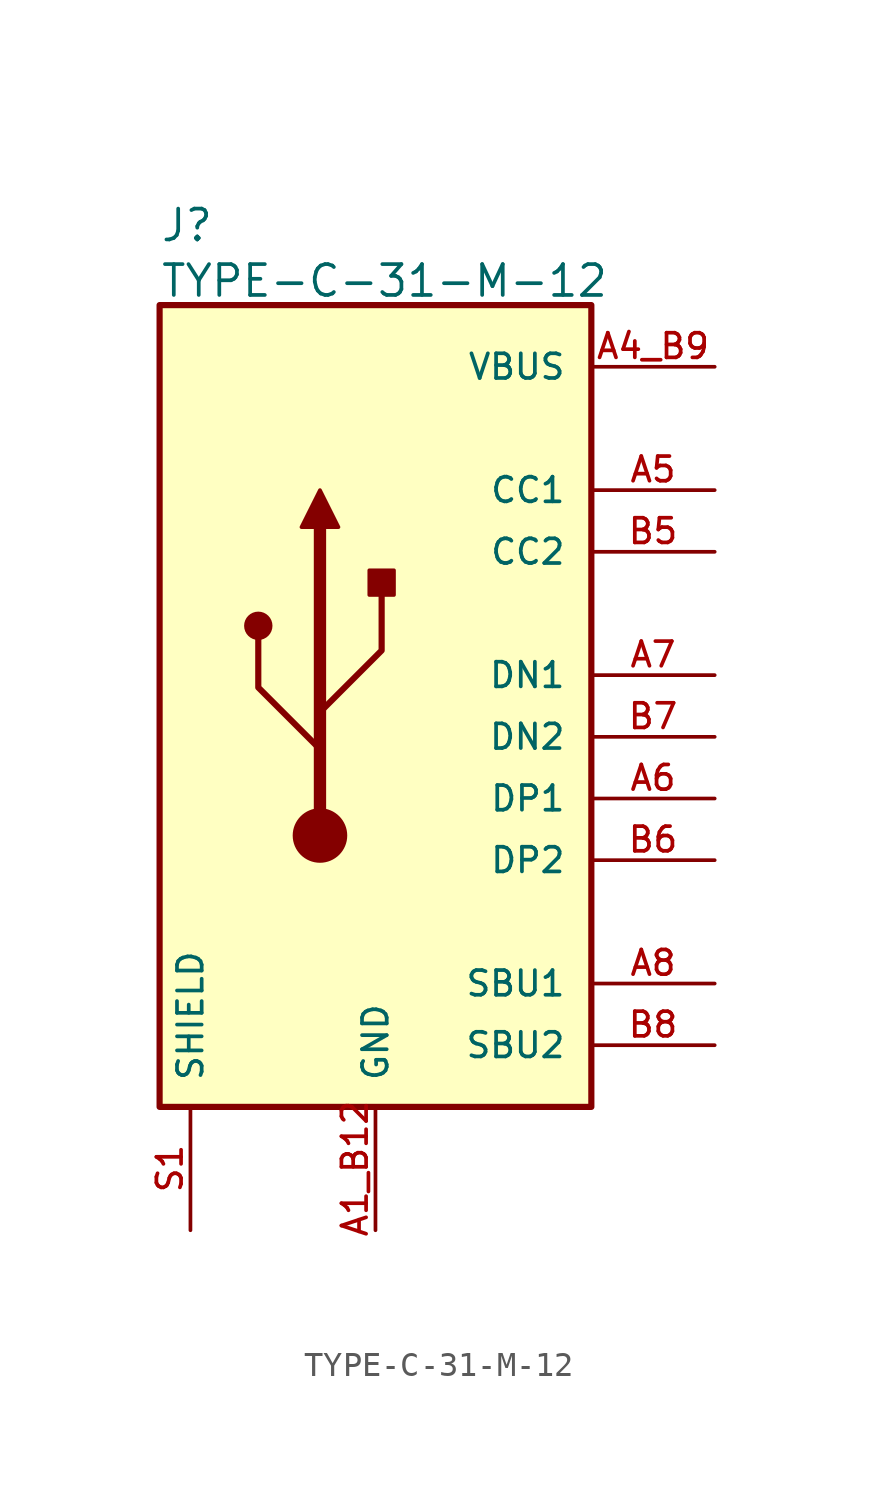
<source format=kicad_sym>
(kicad_symbol_lib
  (version 20241209)
  (generator "kicad_symbol_editor")
  (generator_version "9.0")
  (symbol "TYPE-C-31-M-12"
    (pin_names
      (offset 1.016))
    (property "Reference" "J"
      (at -10.16 17.78 0)
      (effects (font (size 1.27 1.27)) (justify left bottom)))
    (property "Value" "TYPE-C-31-M-12"
      (at -10.16 15.494 0)
      (effects (font (size 1.27 1.27)) (justify left bottom)))
    (symbol "TYPE-C-31-M-12_0_0"
      (rectangle (start -10.16 15.24) (end 7.62 -17.78) (stroke (width 0.254) (type default)) (fill (type background)))
      (pin passive line (at -8.89 -22.86 90) (length 5.08) (name "SHIELD" (effects (font (size 1.016 1.016)))) (number "S1" (effects (font (size 1.016 1.016)))))
      (pin passive line (at -8.89 -22.86 90) (length 5.08) (hide yes) (name "SHIELD" (effects (font (size 1.016 1.016)))) (number "S2" (effects (font (size 1.016 1.016)))))
      (pin passive line (at -8.89 -22.86 90) (length 5.08) (hide yes) (name "SHIELD" (effects (font (size 1.016 1.016)))) (number "S3" (effects (font (size 1.016 1.016)))))
      (pin passive line (at -8.89 -22.86 90) (length 5.08) (hide yes) (name "SHIELD" (effects (font (size 1.016 1.016)))) (number "S4" (effects (font (size 1.016 1.016)))))
      (pin power_in line (at -1.27 -22.86 90) (length 5.08) (name "GND" (effects (font (size 1.016 1.016)))) (number "A1_B12" (effects (font (size 1.016 1.016)))))
      (pin power_in line (at -1.27 -22.86 90) (length 5.08) (hide yes) (name "GND" (effects (font (size 1.016 1.016)))) (number "B1_A12" (effects (font (size 1.016 1.016)))))
      (pin power_in line (at 12.7 12.7 180) (length 5.08) (name "VBUS" (effects (font (size 1.016 1.016)))) (number "A4_B9" (effects (font (size 1.016 1.016)))))
      (pin power_in line (at 12.7 12.7 180) (length 5.08) (hide yes) (name "VBUS" (effects (font (size 1.016 1.016)))) (number "B4_A9" (effects (font (size 1.016 1.016)))))
      (pin bidirectional line (at 12.7 7.62 180) (length 5.08) (name "CC1" (effects (font (size 1.016 1.016)))) (number "A5" (effects (font (size 1.016 1.016)))))
      (pin bidirectional line (at 12.7 5.08 180) (length 5.08) (name "CC2" (effects (font (size 1.016 1.016)))) (number "B5" (effects (font (size 1.016 1.016)))))
      (pin bidirectional line (at 12.7 0 180) (length 5.08) (name "DN1" (effects (font (size 1.016 1.016)))) (number "A7" (effects (font (size 1.016 1.016)))))
      (pin bidirectional line (at 12.7 -2.54 180) (length 5.08) (name "DN2" (effects (font (size 1.016 1.016)))) (number "B7" (effects (font (size 1.016 1.016)))))
      (pin bidirectional line (at 12.7 -5.08 180) (length 5.08) (name "DP1" (effects (font (size 1.016 1.016)))) (number "A6" (effects (font (size 1.016 1.016)))))
      (pin bidirectional line (at 12.7 -7.62 180) (length 5.08) (name "DP2" (effects (font (size 1.016 1.016)))) (number "B6" (effects (font (size 1.016 1.016)))))
      (pin bidirectional line (at 12.7 -12.7 180) (length 5.08) (name "SBU1" (effects (font (size 1.016 1.016)))) (number "A8" (effects (font (size 1.016 1.016)))))
      (pin bidirectional line (at 12.7 -15.24 180) (length 5.08) (name "SBU2" (effects (font (size 1.016 1.016)))) (number "B8" (effects (font (size 1.016 1.016))))))
    (symbol "TYPE-C-31-M-12_1_1"
      (circle (center -6.096 2.032) (radius 0.508) (stroke (width 0) (type solid)) (fill (type color) (color 132 0 0 1)))
      (polyline (pts (xy -3.556 7.62) (xy -4.318 6.096) (xy -2.794 6.096) (xy -3.556 7.62)) (stroke (width 0) (type solid) (color 132 0 0 1)) (fill (type color) (color 132 0 0 1)))
      (polyline (pts (xy -3.556 -1.524) (xy -1.016 1.016) (xy -1.016 3.81)) (stroke (width 0.254) (type default)) (fill (type none)))
      (polyline (pts (xy -3.556 -3.048) (xy -6.096 -0.508) (xy -6.096 2.032)) (stroke (width 0.254) (type default)) (fill (type none)))
      (circle (center -3.556 -6.604) (radius 1.047) (stroke (width 0) (type solid) (color 132 0 0 1)) (fill (type color) (color 132 0 0 1)))
      (polyline (pts (xy -3.556 -6.604) (xy -3.556 6.858)) (stroke (width 0.508) (type solid)) (fill (type none)))
      (rectangle (start -1.524 4.318) (end -0.508 3.302) (stroke (width 0) (type solid)) (fill (type color) (color 132 0 0 1))))))
</source>
